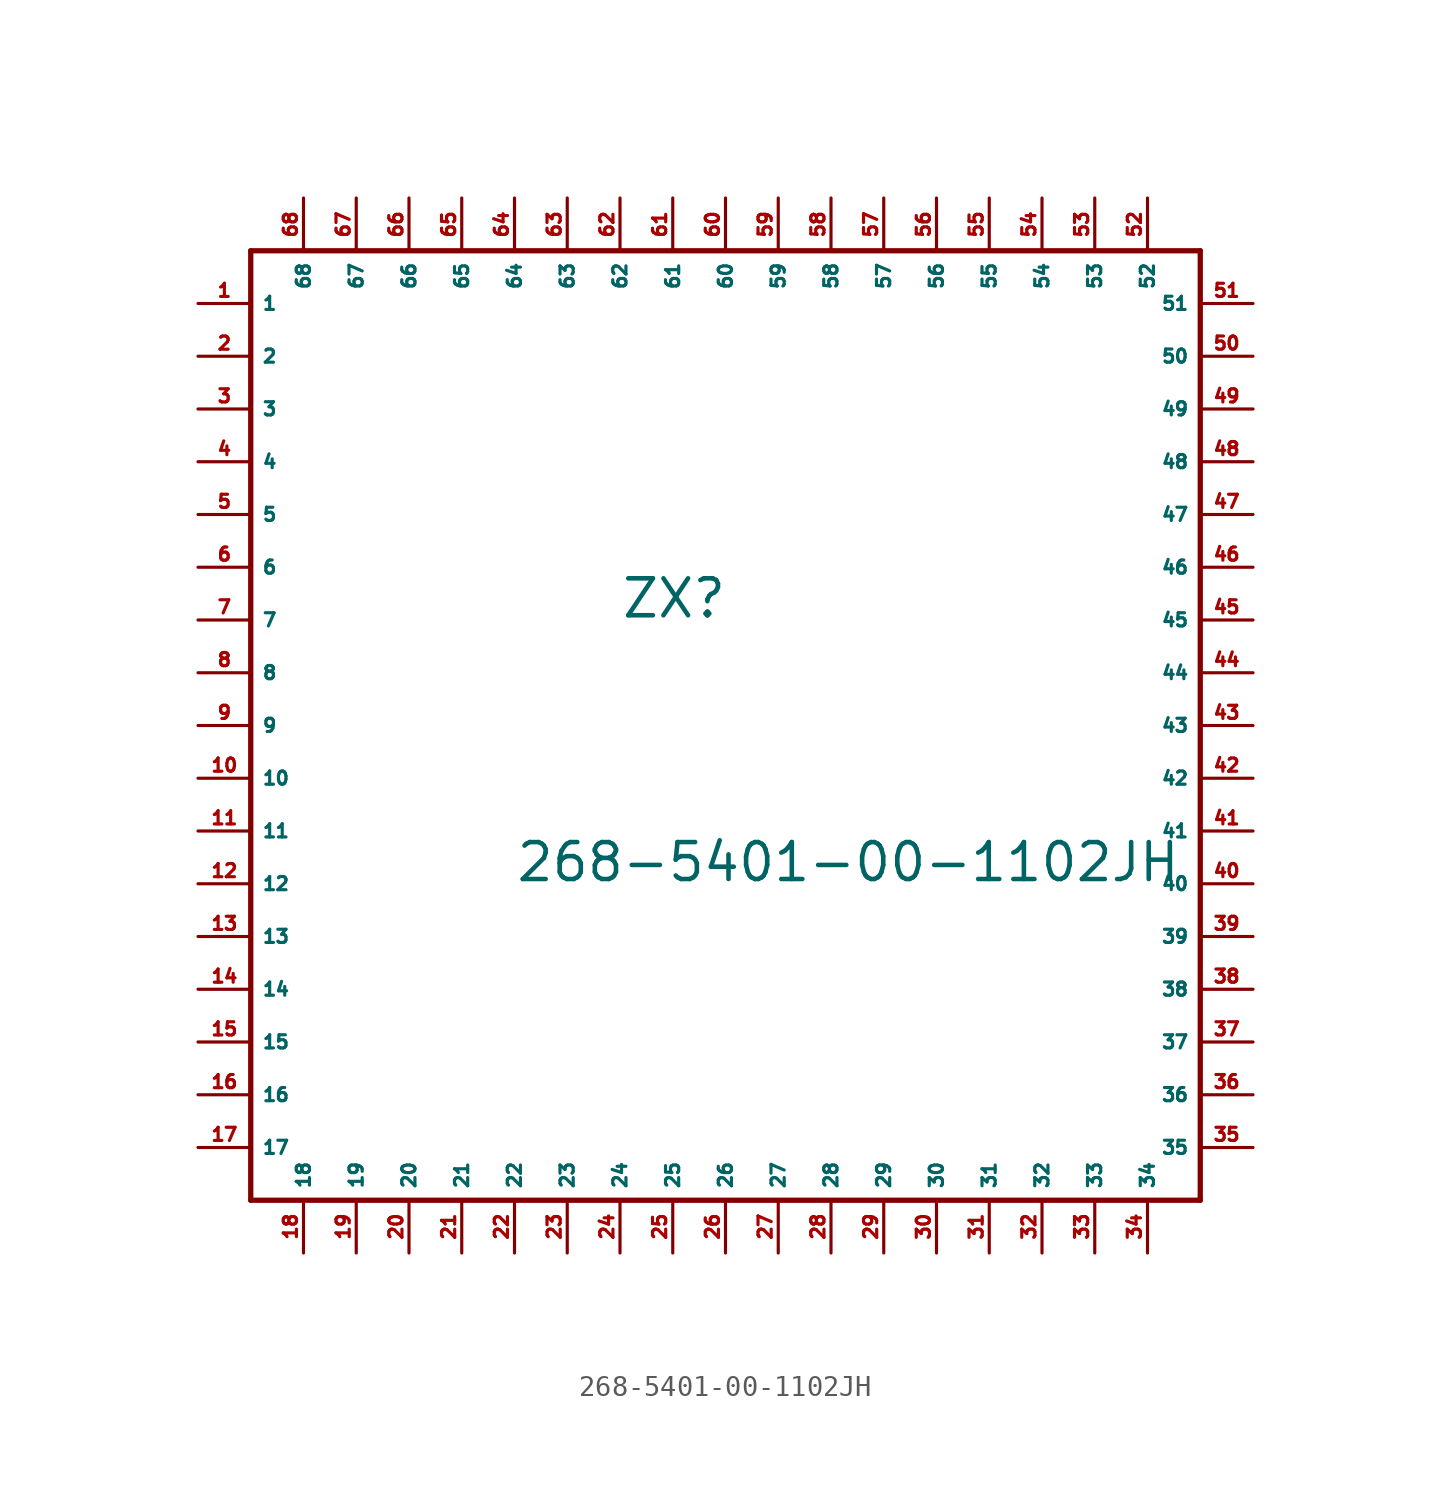
<source format=kicad_sym>
(kicad_symbol_lib
  (version 20220914)
  (generator Eagle2Kicad)
  (symbol "268-5401-00-1102JH"
    (property "Reference" "ZX"
      (at -5.08 5.08 0)
      (effects (font (size 1.778 1.778) (thickness 0.22)) (justify left bottom)))
    (property "Value" "268-5401-00-1102JH"
      (at -10.16 -7.62 0)
      (effects (font (size 1.778 1.778) (thickness 0.22)) (justify left bottom)))
    (polyline
      (pts (xy -22.86 22.86) (xy -22.86 -22.86))
      (stroke (width 0.254) (type default))
      (fill (type none)))
    (polyline
      (pts (xy -22.86 -22.86) (xy 22.86 -22.86))
      (stroke (width 0.254) (type default))
      (fill (type none)))
    (polyline
      (pts (xy 22.86 -22.86) (xy 22.86 22.86))
      (stroke (width 0.254) (type default))
      (fill (type none)))
    (polyline
      (pts (xy 22.86 22.86) (xy -22.86 22.86))
      (stroke (width 0.254) (type default))
      (fill (type none)))
    (pin passive line
      (at -25.4 20.32 0)
      (length 2.54)
      (name "1" (effects (font (size 0.635 0.635) (thickness 0.08)) (justify left bottom)))
      (number "1" (effects (font (size 0.635 0.635) (thickness 0.08)) (justify left bottom))))
    (pin passive line
      (at -25.4 17.78 0)
      (length 2.54)
      (name "2" (effects (font (size 0.635 0.635) (thickness 0.08)) (justify left bottom)))
      (number "2" (effects (font (size 0.635 0.635) (thickness 0.08)) (justify left bottom))))
    (pin passive line
      (at -25.4 15.24 0)
      (length 2.54)
      (name "3" (effects (font (size 0.635 0.635) (thickness 0.08)) (justify left bottom)))
      (number "3" (effects (font (size 0.635 0.635) (thickness 0.08)) (justify left bottom))))
    (pin passive line
      (at -25.4 12.7 0)
      (length 2.54)
      (name "4" (effects (font (size 0.635 0.635) (thickness 0.08)) (justify left bottom)))
      (number "4" (effects (font (size 0.635 0.635) (thickness 0.08)) (justify left bottom))))
    (pin passive line
      (at -25.4 10.16 0)
      (length 2.54)
      (name "5" (effects (font (size 0.635 0.635) (thickness 0.08)) (justify left bottom)))
      (number "5" (effects (font (size 0.635 0.635) (thickness 0.08)) (justify left bottom))))
    (pin passive line
      (at -25.4 7.62 0)
      (length 2.54)
      (name "6" (effects (font (size 0.635 0.635) (thickness 0.08)) (justify left bottom)))
      (number "6" (effects (font (size 0.635 0.635) (thickness 0.08)) (justify left bottom))))
    (pin passive line
      (at -25.4 5.08 0)
      (length 2.54)
      (name "7" (effects (font (size 0.635 0.635) (thickness 0.08)) (justify left bottom)))
      (number "7" (effects (font (size 0.635 0.635) (thickness 0.08)) (justify left bottom))))
    (pin passive line
      (at -25.4 2.54 0)
      (length 2.54)
      (name "8" (effects (font (size 0.635 0.635) (thickness 0.08)) (justify left bottom)))
      (number "8" (effects (font (size 0.635 0.635) (thickness 0.08)) (justify left bottom))))
    (pin passive line
      (at -25.4 0 0)
      (length 2.54)
      (name "9" (effects (font (size 0.635 0.635) (thickness 0.08)) (justify left bottom)))
      (number "9" (effects (font (size 0.635 0.635) (thickness 0.08)) (justify left bottom))))
    (pin passive line
      (at -25.4 -2.54 0)
      (length 2.54)
      (name "10" (effects (font (size 0.635 0.635) (thickness 0.08)) (justify left bottom)))
      (number "10" (effects (font (size 0.635 0.635) (thickness 0.08)) (justify left bottom))))
    (pin passive line
      (at -25.4 -5.08 0)
      (length 2.54)
      (name "11" (effects (font (size 0.635 0.635) (thickness 0.08)) (justify left bottom)))
      (number "11" (effects (font (size 0.635 0.635) (thickness 0.08)) (justify left bottom))))
    (pin passive line
      (at -25.4 -7.62 0)
      (length 2.54)
      (name "12" (effects (font (size 0.635 0.635) (thickness 0.08)) (justify left bottom)))
      (number "12" (effects (font (size 0.635 0.635) (thickness 0.08)) (justify left bottom))))
    (pin passive line
      (at -25.4 -10.16 0)
      (length 2.54)
      (name "13" (effects (font (size 0.635 0.635) (thickness 0.08)) (justify left bottom)))
      (number "13" (effects (font (size 0.635 0.635) (thickness 0.08)) (justify left bottom))))
    (pin passive line
      (at -25.4 -12.7 0)
      (length 2.54)
      (name "14" (effects (font (size 0.635 0.635) (thickness 0.08)) (justify left bottom)))
      (number "14" (effects (font (size 0.635 0.635) (thickness 0.08)) (justify left bottom))))
    (pin passive line
      (at -25.4 -15.24 0)
      (length 2.54)
      (name "15" (effects (font (size 0.635 0.635) (thickness 0.08)) (justify left bottom)))
      (number "15" (effects (font (size 0.635 0.635) (thickness 0.08)) (justify left bottom))))
    (pin passive line
      (at -25.4 -17.78 0)
      (length 2.54)
      (name "16" (effects (font (size 0.635 0.635) (thickness 0.08)) (justify left bottom)))
      (number "16" (effects (font (size 0.635 0.635) (thickness 0.08)) (justify left bottom))))
    (pin passive line
      (at -25.4 -20.32 0)
      (length 2.54)
      (name "17" (effects (font (size 0.635 0.635) (thickness 0.08)) (justify left bottom)))
      (number "17" (effects (font (size 0.635 0.635) (thickness 0.08)) (justify left bottom))))
    (pin passive line
      (at -20.32 -25.4 90)
      (length 2.54)
      (name "18" (effects (font (size 0.635 0.635) (thickness 0.08)) (justify left bottom)))
      (number "18" (effects (font (size 0.635 0.635) (thickness 0.08)) (justify left bottom))))
    (pin passive line
      (at -17.78 -25.4 90)
      (length 2.54)
      (name "19" (effects (font (size 0.635 0.635) (thickness 0.08)) (justify left bottom)))
      (number "19" (effects (font (size 0.635 0.635) (thickness 0.08)) (justify left bottom))))
    (pin passive line
      (at -15.24 -25.4 90)
      (length 2.54)
      (name "20" (effects (font (size 0.635 0.635) (thickness 0.08)) (justify left bottom)))
      (number "20" (effects (font (size 0.635 0.635) (thickness 0.08)) (justify left bottom))))
    (pin passive line
      (at -12.7 -25.4 90)
      (length 2.54)
      (name "21" (effects (font (size 0.635 0.635) (thickness 0.08)) (justify left bottom)))
      (number "21" (effects (font (size 0.635 0.635) (thickness 0.08)) (justify left bottom))))
    (pin passive line
      (at -10.16 -25.4 90)
      (length 2.54)
      (name "22" (effects (font (size 0.635 0.635) (thickness 0.08)) (justify left bottom)))
      (number "22" (effects (font (size 0.635 0.635) (thickness 0.08)) (justify left bottom))))
    (pin passive line
      (at -7.62 -25.4 90)
      (length 2.54)
      (name "23" (effects (font (size 0.635 0.635) (thickness 0.08)) (justify left bottom)))
      (number "23" (effects (font (size 0.635 0.635) (thickness 0.08)) (justify left bottom))))
    (pin passive line
      (at -5.08 -25.4 90)
      (length 2.54)
      (name "24" (effects (font (size 0.635 0.635) (thickness 0.08)) (justify left bottom)))
      (number "24" (effects (font (size 0.635 0.635) (thickness 0.08)) (justify left bottom))))
    (pin passive line
      (at -2.54 -25.4 90)
      (length 2.54)
      (name "25" (effects (font (size 0.635 0.635) (thickness 0.08)) (justify left bottom)))
      (number "25" (effects (font (size 0.635 0.635) (thickness 0.08)) (justify left bottom))))
    (pin passive line
      (at 0 -25.4 90)
      (length 2.54)
      (name "26" (effects (font (size 0.635 0.635) (thickness 0.08)) (justify left bottom)))
      (number "26" (effects (font (size 0.635 0.635) (thickness 0.08)) (justify left bottom))))
    (pin passive line
      (at 2.54 -25.4 90)
      (length 2.54)
      (name "27" (effects (font (size 0.635 0.635) (thickness 0.08)) (justify left bottom)))
      (number "27" (effects (font (size 0.635 0.635) (thickness 0.08)) (justify left bottom))))
    (pin passive line
      (at 5.08 -25.4 90)
      (length 2.54)
      (name "28" (effects (font (size 0.635 0.635) (thickness 0.08)) (justify left bottom)))
      (number "28" (effects (font (size 0.635 0.635) (thickness 0.08)) (justify left bottom))))
    (pin passive line
      (at 7.62 -25.4 90)
      (length 2.54)
      (name "29" (effects (font (size 0.635 0.635) (thickness 0.08)) (justify left bottom)))
      (number "29" (effects (font (size 0.635 0.635) (thickness 0.08)) (justify left bottom))))
    (pin passive line
      (at 10.16 -25.4 90)
      (length 2.54)
      (name "30" (effects (font (size 0.635 0.635) (thickness 0.08)) (justify left bottom)))
      (number "30" (effects (font (size 0.635 0.635) (thickness 0.08)) (justify left bottom))))
    (pin passive line
      (at 12.7 -25.4 90)
      (length 2.54)
      (name "31" (effects (font (size 0.635 0.635) (thickness 0.08)) (justify left bottom)))
      (number "31" (effects (font (size 0.635 0.635) (thickness 0.08)) (justify left bottom))))
    (pin passive line
      (at 15.24 -25.4 90)
      (length 2.54)
      (name "32" (effects (font (size 0.635 0.635) (thickness 0.08)) (justify left bottom)))
      (number "32" (effects (font (size 0.635 0.635) (thickness 0.08)) (justify left bottom))))
    (pin passive line
      (at 17.78 -25.4 90)
      (length 2.54)
      (name "33" (effects (font (size 0.635 0.635) (thickness 0.08)) (justify left bottom)))
      (number "33" (effects (font (size 0.635 0.635) (thickness 0.08)) (justify left bottom))))
    (pin passive line
      (at 20.32 -25.4 90)
      (length 2.54)
      (name "34" (effects (font (size 0.635 0.635) (thickness 0.08)) (justify left bottom)))
      (number "34" (effects (font (size 0.635 0.635) (thickness 0.08)) (justify left bottom))))
    (pin passive line
      (at 25.4 -20.32 180)
      (length 2.54)
      (name "35" (effects (font (size 0.635 0.635) (thickness 0.08)) (justify left bottom)))
      (number "35" (effects (font (size 0.635 0.635) (thickness 0.08)) (justify left bottom))))
    (pin passive line
      (at 25.4 -17.78 180)
      (length 2.54)
      (name "36" (effects (font (size 0.635 0.635) (thickness 0.08)) (justify left bottom)))
      (number "36" (effects (font (size 0.635 0.635) (thickness 0.08)) (justify left bottom))))
    (pin passive line
      (at 25.4 -15.24 180)
      (length 2.54)
      (name "37" (effects (font (size 0.635 0.635) (thickness 0.08)) (justify left bottom)))
      (number "37" (effects (font (size 0.635 0.635) (thickness 0.08)) (justify left bottom))))
    (pin passive line
      (at 25.4 -12.7 180)
      (length 2.54)
      (name "38" (effects (font (size 0.635 0.635) (thickness 0.08)) (justify left bottom)))
      (number "38" (effects (font (size 0.635 0.635) (thickness 0.08)) (justify left bottom))))
    (pin passive line
      (at 25.4 -10.16 180)
      (length 2.54)
      (name "39" (effects (font (size 0.635 0.635) (thickness 0.08)) (justify left bottom)))
      (number "39" (effects (font (size 0.635 0.635) (thickness 0.08)) (justify left bottom))))
    (pin passive line
      (at 25.4 -7.62 180)
      (length 2.54)
      (name "40" (effects (font (size 0.635 0.635) (thickness 0.08)) (justify left bottom)))
      (number "40" (effects (font (size 0.635 0.635) (thickness 0.08)) (justify left bottom))))
    (pin passive line
      (at 25.4 -5.08 180)
      (length 2.54)
      (name "41" (effects (font (size 0.635 0.635) (thickness 0.08)) (justify left bottom)))
      (number "41" (effects (font (size 0.635 0.635) (thickness 0.08)) (justify left bottom))))
    (pin passive line
      (at 25.4 -2.54 180)
      (length 2.54)
      (name "42" (effects (font (size 0.635 0.635) (thickness 0.08)) (justify left bottom)))
      (number "42" (effects (font (size 0.635 0.635) (thickness 0.08)) (justify left bottom))))
    (pin passive line
      (at 25.4 0 180)
      (length 2.54)
      (name "43" (effects (font (size 0.635 0.635) (thickness 0.08)) (justify left bottom)))
      (number "43" (effects (font (size 0.635 0.635) (thickness 0.08)) (justify left bottom))))
    (pin passive line
      (at 25.4 2.54 180)
      (length 2.54)
      (name "44" (effects (font (size 0.635 0.635) (thickness 0.08)) (justify left bottom)))
      (number "44" (effects (font (size 0.635 0.635) (thickness 0.08)) (justify left bottom))))
    (pin passive line
      (at 25.4 5.08 180)
      (length 2.54)
      (name "45" (effects (font (size 0.635 0.635) (thickness 0.08)) (justify left bottom)))
      (number "45" (effects (font (size 0.635 0.635) (thickness 0.08)) (justify left bottom))))
    (pin passive line
      (at 25.4 7.62 180)
      (length 2.54)
      (name "46" (effects (font (size 0.635 0.635) (thickness 0.08)) (justify left bottom)))
      (number "46" (effects (font (size 0.635 0.635) (thickness 0.08)) (justify left bottom))))
    (pin passive line
      (at 25.4 10.16 180)
      (length 2.54)
      (name "47" (effects (font (size 0.635 0.635) (thickness 0.08)) (justify left bottom)))
      (number "47" (effects (font (size 0.635 0.635) (thickness 0.08)) (justify left bottom))))
    (pin passive line
      (at 25.4 12.7 180)
      (length 2.54)
      (name "48" (effects (font (size 0.635 0.635) (thickness 0.08)) (justify left bottom)))
      (number "48" (effects (font (size 0.635 0.635) (thickness 0.08)) (justify left bottom))))
    (pin passive line
      (at 25.4 15.24 180)
      (length 2.54)
      (name "49" (effects (font (size 0.635 0.635) (thickness 0.08)) (justify left bottom)))
      (number "49" (effects (font (size 0.635 0.635) (thickness 0.08)) (justify left bottom))))
    (pin passive line
      (at 25.4 17.78 180)
      (length 2.54)
      (name "50" (effects (font (size 0.635 0.635) (thickness 0.08)) (justify left bottom)))
      (number "50" (effects (font (size 0.635 0.635) (thickness 0.08)) (justify left bottom))))
    (pin passive line
      (at 25.4 20.32 180)
      (length 2.54)
      (name "51" (effects (font (size 0.635 0.635) (thickness 0.08)) (justify left bottom)))
      (number "51" (effects (font (size 0.635 0.635) (thickness 0.08)) (justify left bottom))))
    (pin passive line
      (at 20.32 25.4 270)
      (length 2.54)
      (name "52" (effects (font (size 0.635 0.635) (thickness 0.08)) (justify left bottom)))
      (number "52" (effects (font (size 0.635 0.635) (thickness 0.08)) (justify left bottom))))
    (pin passive line
      (at 17.78 25.4 270)
      (length 2.54)
      (name "53" (effects (font (size 0.635 0.635) (thickness 0.08)) (justify left bottom)))
      (number "53" (effects (font (size 0.635 0.635) (thickness 0.08)) (justify left bottom))))
    (pin passive line
      (at 15.24 25.4 270)
      (length 2.54)
      (name "54" (effects (font (size 0.635 0.635) (thickness 0.08)) (justify left bottom)))
      (number "54" (effects (font (size 0.635 0.635) (thickness 0.08)) (justify left bottom))))
    (pin passive line
      (at 12.7 25.4 270)
      (length 2.54)
      (name "55" (effects (font (size 0.635 0.635) (thickness 0.08)) (justify left bottom)))
      (number "55" (effects (font (size 0.635 0.635) (thickness 0.08)) (justify left bottom))))
    (pin passive line
      (at 10.16 25.4 270)
      (length 2.54)
      (name "56" (effects (font (size 0.635 0.635) (thickness 0.08)) (justify left bottom)))
      (number "56" (effects (font (size 0.635 0.635) (thickness 0.08)) (justify left bottom))))
    (pin passive line
      (at 7.62 25.4 270)
      (length 2.54)
      (name "57" (effects (font (size 0.635 0.635) (thickness 0.08)) (justify left bottom)))
      (number "57" (effects (font (size 0.635 0.635) (thickness 0.08)) (justify left bottom))))
    (pin passive line
      (at 5.08 25.4 270)
      (length 2.54)
      (name "58" (effects (font (size 0.635 0.635) (thickness 0.08)) (justify left bottom)))
      (number "58" (effects (font (size 0.635 0.635) (thickness 0.08)) (justify left bottom))))
    (pin passive line
      (at 2.54 25.4 270)
      (length 2.54)
      (name "59" (effects (font (size 0.635 0.635) (thickness 0.08)) (justify left bottom)))
      (number "59" (effects (font (size 0.635 0.635) (thickness 0.08)) (justify left bottom))))
    (pin passive line
      (at 0 25.4 270)
      (length 2.54)
      (name "60" (effects (font (size 0.635 0.635) (thickness 0.08)) (justify left bottom)))
      (number "60" (effects (font (size 0.635 0.635) (thickness 0.08)) (justify left bottom))))
    (pin passive line
      (at -2.54 25.4 270)
      (length 2.54)
      (name "61" (effects (font (size 0.635 0.635) (thickness 0.08)) (justify left bottom)))
      (number "61" (effects (font (size 0.635 0.635) (thickness 0.08)) (justify left bottom))))
    (pin passive line
      (at -5.08 25.4 270)
      (length 2.54)
      (name "62" (effects (font (size 0.635 0.635) (thickness 0.08)) (justify left bottom)))
      (number "62" (effects (font (size 0.635 0.635) (thickness 0.08)) (justify left bottom))))
    (pin passive line
      (at -7.62 25.4 270)
      (length 2.54)
      (name "63" (effects (font (size 0.635 0.635) (thickness 0.08)) (justify left bottom)))
      (number "63" (effects (font (size 0.635 0.635) (thickness 0.08)) (justify left bottom))))
    (pin passive line
      (at -10.16 25.4 270)
      (length 2.54)
      (name "64" (effects (font (size 0.635 0.635) (thickness 0.08)) (justify left bottom)))
      (number "64" (effects (font (size 0.635 0.635) (thickness 0.08)) (justify left bottom))))
    (pin passive line
      (at -12.7 25.4 270)
      (length 2.54)
      (name "65" (effects (font (size 0.635 0.635) (thickness 0.08)) (justify left bottom)))
      (number "65" (effects (font (size 0.635 0.635) (thickness 0.08)) (justify left bottom))))
    (pin passive line
      (at -15.24 25.4 270)
      (length 2.54)
      (name "66" (effects (font (size 0.635 0.635) (thickness 0.08)) (justify left bottom)))
      (number "66" (effects (font (size 0.635 0.635) (thickness 0.08)) (justify left bottom))))
    (pin passive line
      (at -17.78 25.4 270)
      (length 2.54)
      (name "67" (effects (font (size 0.635 0.635) (thickness 0.08)) (justify left bottom)))
      (number "67" (effects (font (size 0.635 0.635) (thickness 0.08)) (justify left bottom))))
    (pin passive line
      (at -20.32 25.4 270)
      (length 2.54)
      (name "68" (effects (font (size 0.635 0.635) (thickness 0.08)) (justify left bottom)))
      (number "68" (effects (font (size 0.635 0.635) (thickness 0.08)) (justify left bottom))))))
</source>
